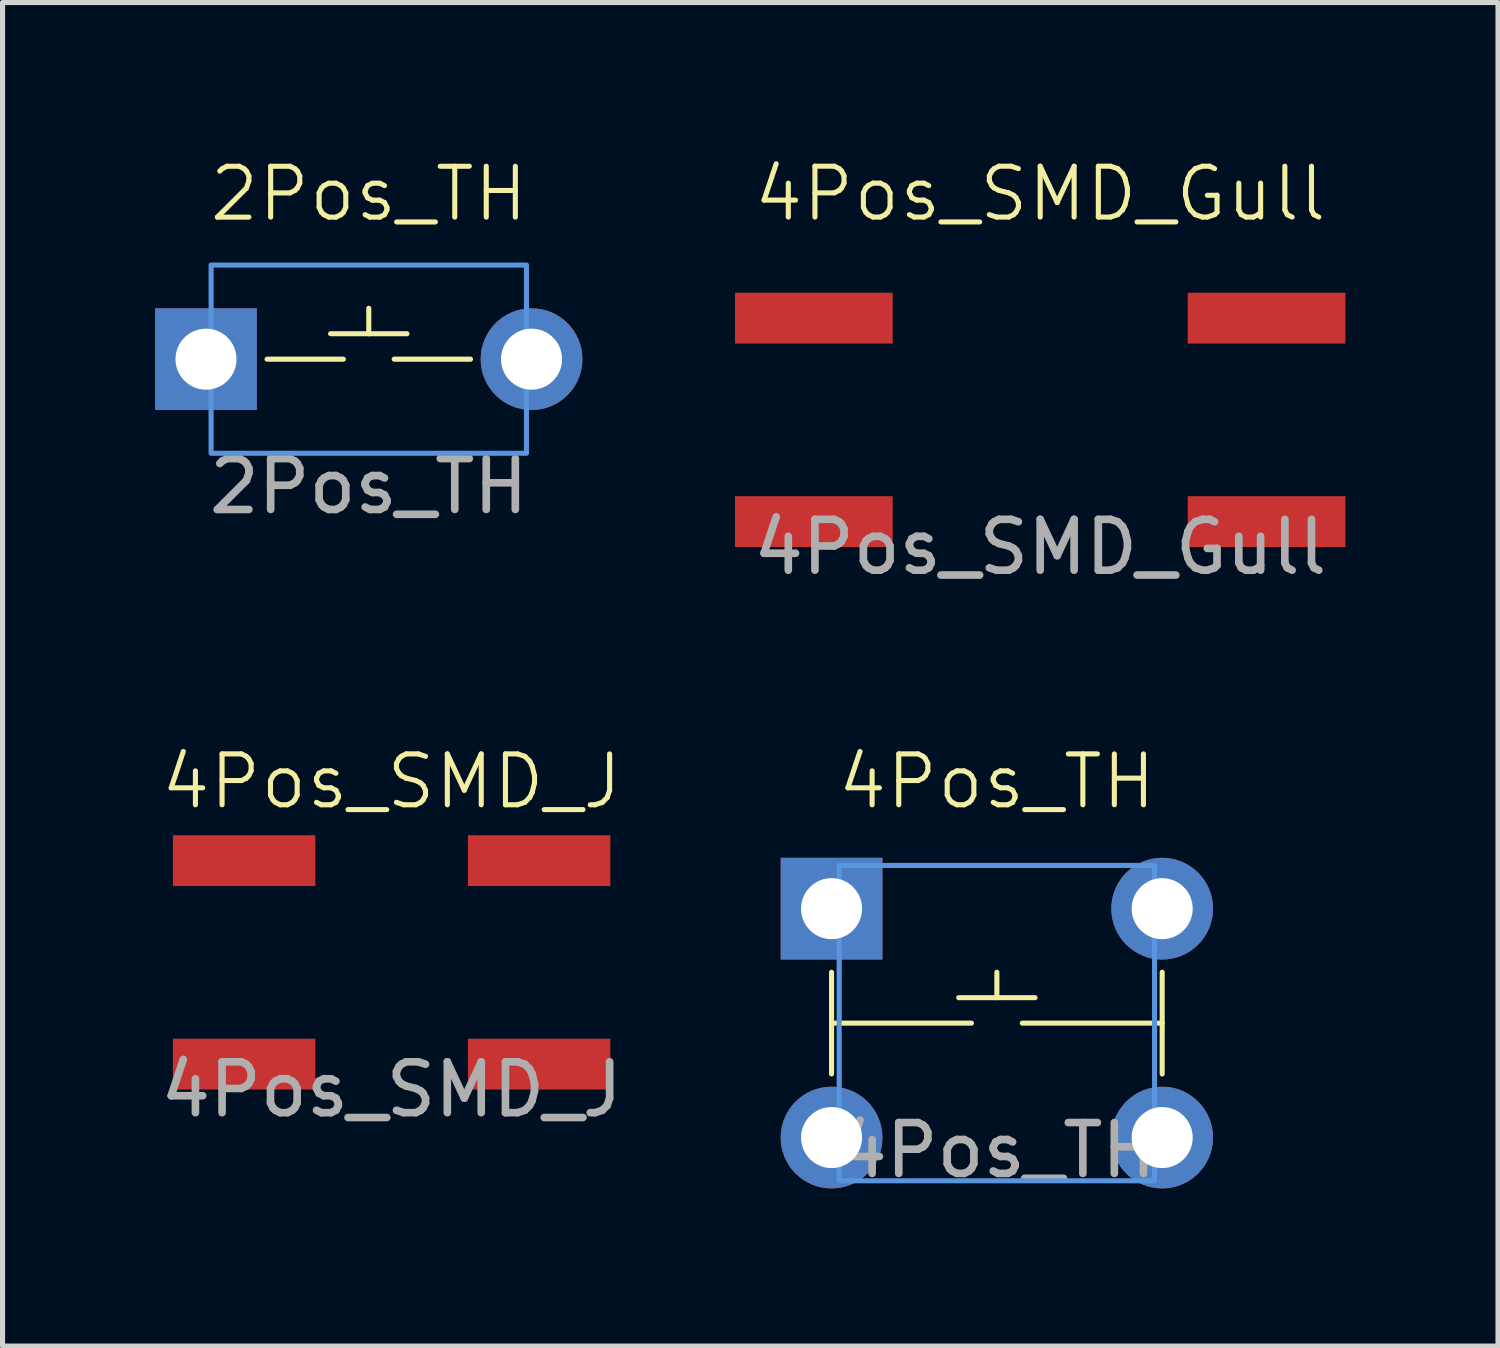
<source format=kicad_pcb>
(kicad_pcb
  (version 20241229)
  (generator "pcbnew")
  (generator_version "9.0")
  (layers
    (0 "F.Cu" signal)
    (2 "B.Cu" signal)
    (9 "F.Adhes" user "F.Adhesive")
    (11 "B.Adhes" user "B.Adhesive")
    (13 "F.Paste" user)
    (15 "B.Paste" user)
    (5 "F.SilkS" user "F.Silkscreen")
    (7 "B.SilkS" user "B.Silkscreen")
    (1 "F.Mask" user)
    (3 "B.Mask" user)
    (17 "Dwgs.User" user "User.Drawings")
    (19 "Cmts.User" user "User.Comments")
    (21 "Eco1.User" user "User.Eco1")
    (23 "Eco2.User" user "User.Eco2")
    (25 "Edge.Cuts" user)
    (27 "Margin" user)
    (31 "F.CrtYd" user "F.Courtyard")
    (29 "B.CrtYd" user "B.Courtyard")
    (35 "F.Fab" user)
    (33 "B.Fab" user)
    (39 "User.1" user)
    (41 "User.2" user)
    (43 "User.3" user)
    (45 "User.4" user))
  (footprint "2Pos_TH"
    (layer "F.Cu")
    (at 4.2 4.011)
    (property "Reference" "2Pos_TH" (at 0 -3.25 0) (unlocked yes) (layer "F.SilkS") (effects (font (size 1 1) (thickness 0.1))))
    (attr through_hole)
    (fp_line (start -2 0) (end -0.5 0) (stroke (width 0.1) (type default)) (layer "F.SilkS"))
    (fp_line (start 0 -0.5) (end 0 -1) (stroke (width 0.1) (type default)) (layer "F.SilkS"))
    (fp_line (start 0.75 -0.5) (end -0.75 -0.5) (stroke (width 0.1) (type default)) (layer "F.SilkS"))
    (fp_line (start 2 0) (end 0.5 0) (stroke (width 0.1) (type default)) (layer "F.SilkS"))
    (fp_rect (start -3.1 -1.85) (end 3.1 1.85) (stroke (width 0.1) (type default)) (fill no) (layer "Cmts.User"))
    (fp_text user "${REFERENCE}" (at 0 2.5 0) (unlocked yes) (layer "F.Fab") (effects (font (size 1 1) (thickness 0.15))))
    (pad "1" thru_hole rect (at -3.2 0) (size 2 2) (drill 1.2) (layers "*.Cu" "*.Mask"))
    (pad "2" thru_hole circle (at 3.2 0) (size 2 2) (drill 1.2) (layers "*.Cu" "*.Mask")))
  (footprint "4Pos_TH"
    (layer "F.Cu")
    (at 16.548 17.064)
    (property "Reference" "4Pos_TH" (at 0 -4.75 0) (unlocked yes) (layer "F.SilkS") (effects (font (size 1 1) (thickness 0.1))))
    (attr through_hole)
    (fp_line (start -3.25 -1) (end -3.25 1) (stroke (width 0.1) (type default)) (layer "F.SilkS"))
    (fp_line (start -3.25 0) (end -0.5 0) (stroke (width 0.1) (type default)) (layer "F.SilkS"))
    (fp_line (start 0 -0.5) (end 0 -1) (stroke (width 0.1) (type default)) (layer "F.SilkS"))
    (fp_line (start 0.75 -0.5) (end -0.75 -0.5) (stroke (width 0.1) (type default)) (layer "F.SilkS"))
    (fp_line (start 3.25 -1) (end 3.25 1) (stroke (width 0.1) (type default)) (layer "F.SilkS"))
    (fp_line (start 3.25 0) (end 0.5 0) (stroke (width 0.1) (type default)) (layer "F.SilkS"))
    (fp_rect (start -3.1 -3.1) (end 3.1 3.1) (stroke (width 0.1) (type default)) (fill no) (layer "Cmts.User"))
    (fp_text user "${REFERENCE}" (at 0 2.5 0) (unlocked yes) (layer "F.Fab") (effects (font (size 1 1) (thickness 0.15))))
    (pad "1" thru_hole rect (at -3.25 -2.25) (size 2 2) (drill 1.2) (layers "*.Cu" "*.Mask"))
    (pad "2" thru_hole circle (at -3.25 2.25) (size 2 2) (drill 1.2) (layers "*.Cu" "*.Mask"))
    (pad "3" thru_hole circle (at 3.25 2.25) (size 2 2) (drill 1.2) (layers "*.Cu" "*.Mask"))
    (pad "4" thru_hole circle (at 3.25 -2.25) (size 2 2) (drill 1.2) (layers "*.Cu" "*.Mask")))
  (footprint "4Pos_SMD_Gull"
    (layer "F.Cu")
    (at 17.4 5.205)
    (property "Reference" "4Pos_SMD_Gull" (at 0 -4.445 0) (unlocked yes) (layer "F.SilkS") (effects (font (size 1 1) (thickness 0.1))))
    (attr smd)
    (fp_text user "${REFERENCE}" (at 0 2.5 0) (unlocked yes) (layer "F.Fab") (effects (font (size 1 1) (thickness 0.15))))
    (pad "1" smd rect (at -4.45 -2) (size 3.1 1) (layers "F.Cu" "F.Mask" "F.Paste"))
    (pad "2" smd rect (at 4.45 -2) (size 3.1 1) (layers "F.Cu" "F.Mask" "F.Paste"))
    (pad "3" smd rect (at -4.45 2) (size 3.1 1) (layers "F.Cu" "F.Mask" "F.Paste"))
    (pad "4" smd rect (at 4.45 2) (size 3.1 1) (layers "F.Cu" "F.Mask" "F.Paste")))
  (footprint "4Pos_SMD_J"
    (layer "F.Cu")
    (at 4.649 15.87)
    (property "Reference" "4Pos_SMD_J" (at 0 -3.556 0) (unlocked yes) (layer "F.SilkS") (effects (font (size 1 1) (thickness 0.1))))
    (attr smd)
    (fp_text user "${REFERENCE}" (at 0 2.5 0) (unlocked yes) (layer "F.Fab") (effects (font (size 1 1) (thickness 0.15))))
    (pad "1" smd rect (at -2.9 -2) (size 2.8 1) (layers "F.Cu" "F.Mask" "F.Paste"))
    (pad "2" smd rect (at 2.9 -2) (size 2.8 1) (layers "F.Cu" "F.Mask" "F.Paste"))
    (pad "3" smd rect (at -2.9 2) (size 2.8 1) (layers "F.Cu" "F.Mask" "F.Paste"))
    (pad "4" smd rect (at 2.9 2) (size 2.8 1) (layers "F.Cu" "F.Mask" "F.Paste")))
  (gr_rect
    (start -3 -3)
    (end 26.4 23.413)
    (stroke (width 0.1) (type default))
    (fill no)
    (layer "Edge.Cuts")))
</source>
